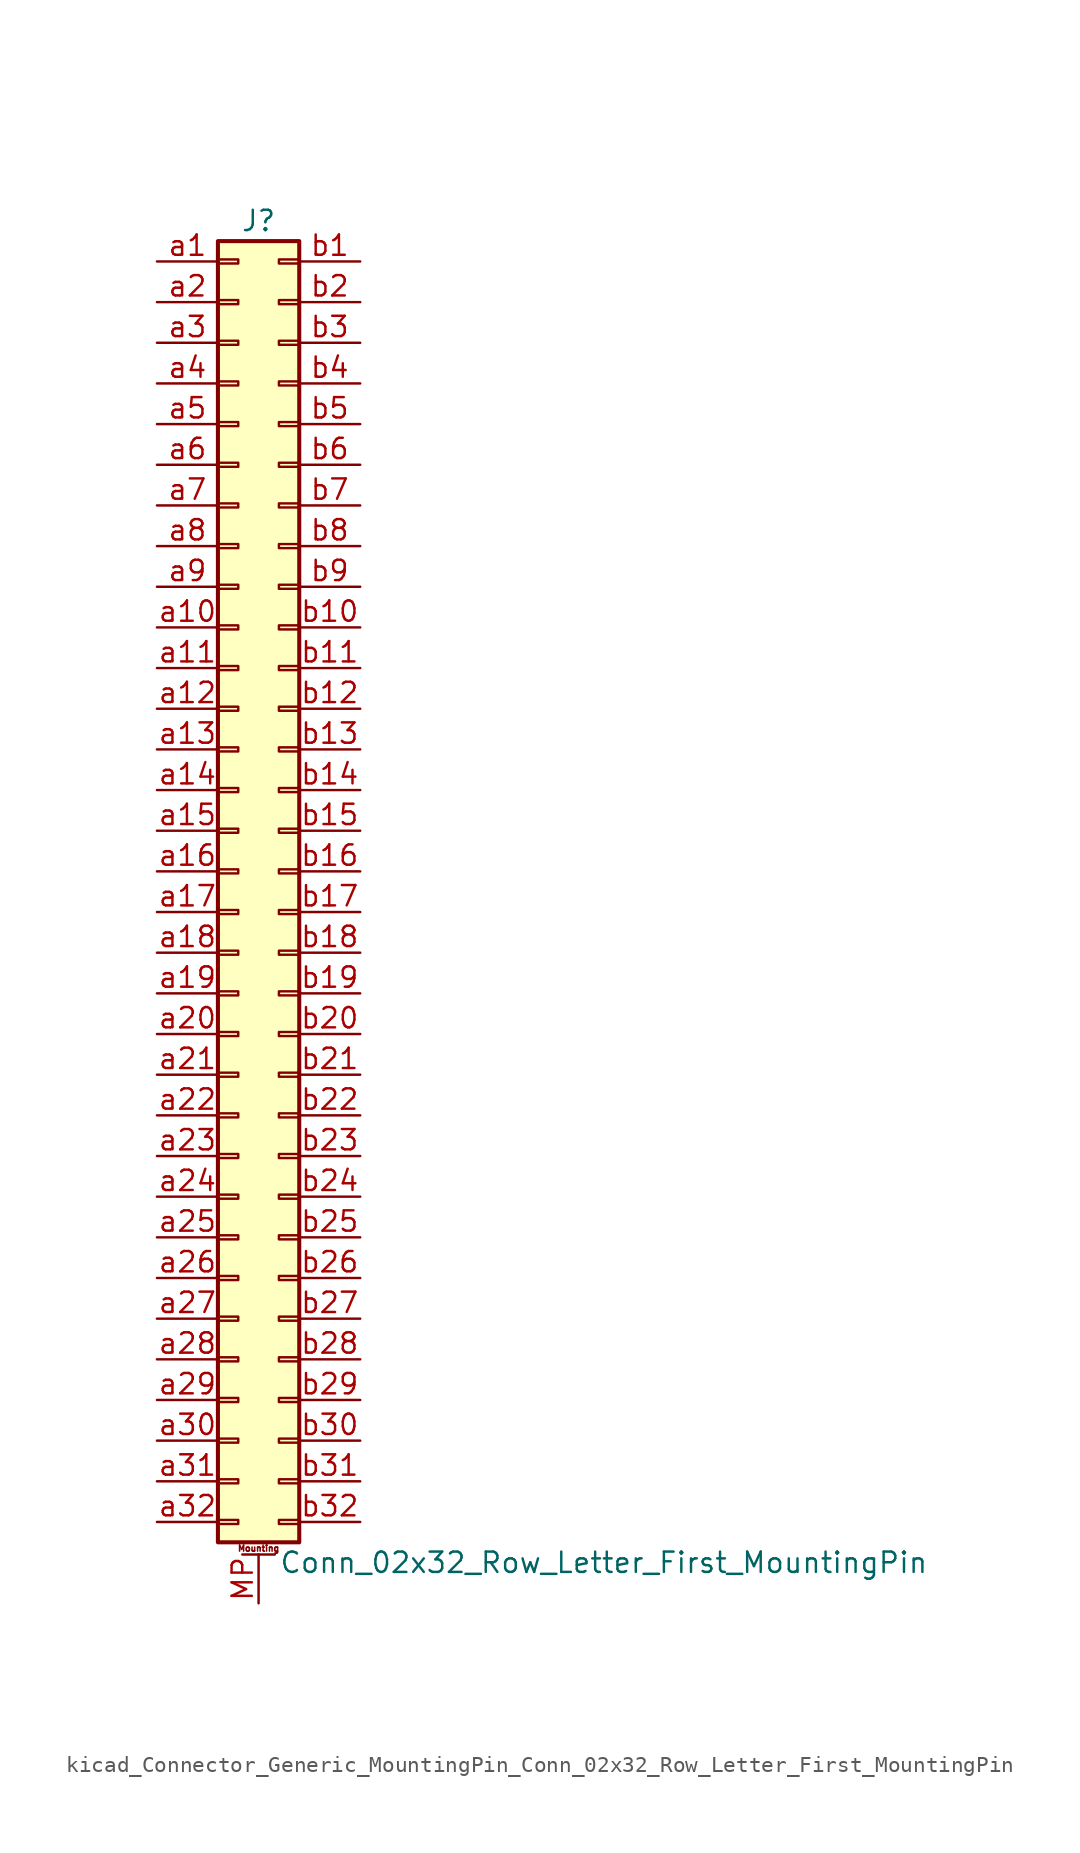
<source format=kicad_sym>
(kicad_symbol_lib
  (version 20220914)
  (generator kicad_symbol_editor)
  (symbol "kicad_Connector_Generic_MountingPin_Conn_02x32_Row_Letter_First_MountingPin"
    (pin_names
      (offset 1.016) hide)
    (property "Reference" "J"
      (at 1.27 40.64 0)
      (effects (font (size 1.27 1.27))))
    (property "Value" "Conn_02x32_Row_Letter_First_MountingPin"
      (at 2.54 -43.18 0)
      (effects (font (size 1.27 1.27)) (justify left)))
    (symbol "kicad_Connector_Generic_MountingPin_Conn_02x32_Row_Letter_First_MountingPin_1_1"
      (rectangle (start -1.27 -40.513) (end 0 -40.767) (stroke (width 0.152) (type default)) (fill (type none)))
      (rectangle (start -1.27 -37.973) (end 0 -38.227) (stroke (width 0.152) (type default)) (fill (type none)))
      (rectangle (start -1.27 -35.433) (end 0 -35.687) (stroke (width 0.152) (type default)) (fill (type none)))
      (rectangle (start -1.27 -32.893) (end 0 -33.147) (stroke (width 0.152) (type default)) (fill (type none)))
      (rectangle (start -1.27 -30.353) (end 0 -30.607) (stroke (width 0.152) (type default)) (fill (type none)))
      (rectangle (start -1.27 -27.813) (end 0 -28.067) (stroke (width 0.152) (type default)) (fill (type none)))
      (rectangle (start -1.27 -25.273) (end 0 -25.527) (stroke (width 0.152) (type default)) (fill (type none)))
      (rectangle (start -1.27 -22.733) (end 0 -22.987) (stroke (width 0.152) (type default)) (fill (type none)))
      (rectangle (start -1.27 -20.193) (end 0 -20.447) (stroke (width 0.152) (type default)) (fill (type none)))
      (rectangle (start -1.27 -17.653) (end 0 -17.907) (stroke (width 0.152) (type default)) (fill (type none)))
      (rectangle (start -1.27 -15.113) (end 0 -15.367) (stroke (width 0.152) (type default)) (fill (type none)))
      (rectangle (start -1.27 -12.573) (end 0 -12.827) (stroke (width 0.152) (type default)) (fill (type none)))
      (rectangle (start -1.27 -10.033) (end 0 -10.287) (stroke (width 0.152) (type default)) (fill (type none)))
      (rectangle (start -1.27 -7.493) (end 0 -7.747) (stroke (width 0.152) (type default)) (fill (type none)))
      (rectangle (start -1.27 -4.953) (end 0 -5.207) (stroke (width 0.152) (type default)) (fill (type none)))
      (rectangle (start -1.27 -2.413) (end 0 -2.667) (stroke (width 0.152) (type default)) (fill (type none)))
      (rectangle (start -1.27 0.127) (end 0 -0.127) (stroke (width 0.152) (type default)) (fill (type none)))
      (rectangle (start -1.27 2.667) (end 0 2.413) (stroke (width 0.152) (type default)) (fill (type none)))
      (rectangle (start -1.27 5.207) (end 0 4.953) (stroke (width 0.152) (type default)) (fill (type none)))
      (rectangle (start -1.27 7.747) (end 0 7.493) (stroke (width 0.152) (type default)) (fill (type none)))
      (rectangle (start -1.27 10.287) (end 0 10.033) (stroke (width 0.152) (type default)) (fill (type none)))
      (rectangle (start -1.27 12.827) (end 0 12.573) (stroke (width 0.152) (type default)) (fill (type none)))
      (rectangle (start -1.27 15.367) (end 0 15.113) (stroke (width 0.152) (type default)) (fill (type none)))
      (rectangle (start -1.27 17.907) (end 0 17.653) (stroke (width 0.152) (type default)) (fill (type none)))
      (rectangle (start -1.27 20.447) (end 0 20.193) (stroke (width 0.152) (type default)) (fill (type none)))
      (rectangle (start -1.27 22.987) (end 0 22.733) (stroke (width 0.152) (type default)) (fill (type none)))
      (rectangle (start -1.27 25.527) (end 0 25.273) (stroke (width 0.152) (type default)) (fill (type none)))
      (rectangle (start -1.27 28.067) (end 0 27.813) (stroke (width 0.152) (type default)) (fill (type none)))
      (rectangle (start -1.27 30.607) (end 0 30.353) (stroke (width 0.152) (type default)) (fill (type none)))
      (rectangle (start -1.27 33.147) (end 0 32.893) (stroke (width 0.152) (type default)) (fill (type none)))
      (rectangle (start -1.27 35.687) (end 0 35.433) (stroke (width 0.152) (type default)) (fill (type none)))
      (rectangle (start -1.27 38.227) (end 0 37.973) (stroke (width 0.152) (type default)) (fill (type none)))
      (rectangle (start -1.27 39.37) (end 3.81 -41.91) (stroke (width 0.254) (type default)) (fill (type background)))
      (polyline (pts (xy 0.254 -42.672) (xy 2.286 -42.672)) (stroke (width 0.152) (type default)) (fill (type none)))
      (rectangle (start 3.81 -40.513) (end 2.54 -40.767) (stroke (width 0.152) (type default)) (fill (type none)))
      (rectangle (start 3.81 -37.973) (end 2.54 -38.227) (stroke (width 0.152) (type default)) (fill (type none)))
      (rectangle (start 3.81 -35.433) (end 2.54 -35.687) (stroke (width 0.152) (type default)) (fill (type none)))
      (rectangle (start 3.81 -32.893) (end 2.54 -33.147) (stroke (width 0.152) (type default)) (fill (type none)))
      (rectangle (start 3.81 -30.353) (end 2.54 -30.607) (stroke (width 0.152) (type default)) (fill (type none)))
      (rectangle (start 3.81 -27.813) (end 2.54 -28.067) (stroke (width 0.152) (type default)) (fill (type none)))
      (rectangle (start 3.81 -25.273) (end 2.54 -25.527) (stroke (width 0.152) (type default)) (fill (type none)))
      (rectangle (start 3.81 -22.733) (end 2.54 -22.987) (stroke (width 0.152) (type default)) (fill (type none)))
      (rectangle (start 3.81 -20.193) (end 2.54 -20.447) (stroke (width 0.152) (type default)) (fill (type none)))
      (rectangle (start 3.81 -17.653) (end 2.54 -17.907) (stroke (width 0.152) (type default)) (fill (type none)))
      (rectangle (start 3.81 -15.113) (end 2.54 -15.367) (stroke (width 0.152) (type default)) (fill (type none)))
      (rectangle (start 3.81 -12.573) (end 2.54 -12.827) (stroke (width 0.152) (type default)) (fill (type none)))
      (rectangle (start 3.81 -10.033) (end 2.54 -10.287) (stroke (width 0.152) (type default)) (fill (type none)))
      (rectangle (start 3.81 -7.493) (end 2.54 -7.747) (stroke (width 0.152) (type default)) (fill (type none)))
      (rectangle (start 3.81 -4.953) (end 2.54 -5.207) (stroke (width 0.152) (type default)) (fill (type none)))
      (rectangle (start 3.81 -2.413) (end 2.54 -2.667) (stroke (width 0.152) (type default)) (fill (type none)))
      (rectangle (start 3.81 0.127) (end 2.54 -0.127) (stroke (width 0.152) (type default)) (fill (type none)))
      (rectangle (start 3.81 2.667) (end 2.54 2.413) (stroke (width 0.152) (type default)) (fill (type none)))
      (rectangle (start 3.81 5.207) (end 2.54 4.953) (stroke (width 0.152) (type default)) (fill (type none)))
      (rectangle (start 3.81 7.747) (end 2.54 7.493) (stroke (width 0.152) (type default)) (fill (type none)))
      (rectangle (start 3.81 10.287) (end 2.54 10.033) (stroke (width 0.152) (type default)) (fill (type none)))
      (rectangle (start 3.81 12.827) (end 2.54 12.573) (stroke (width 0.152) (type default)) (fill (type none)))
      (rectangle (start 3.81 15.367) (end 2.54 15.113) (stroke (width 0.152) (type default)) (fill (type none)))
      (rectangle (start 3.81 17.907) (end 2.54 17.653) (stroke (width 0.152) (type default)) (fill (type none)))
      (rectangle (start 3.81 20.447) (end 2.54 20.193) (stroke (width 0.152) (type default)) (fill (type none)))
      (rectangle (start 3.81 22.987) (end 2.54 22.733) (stroke (width 0.152) (type default)) (fill (type none)))
      (rectangle (start 3.81 25.527) (end 2.54 25.273) (stroke (width 0.152) (type default)) (fill (type none)))
      (rectangle (start 3.81 28.067) (end 2.54 27.813) (stroke (width 0.152) (type default)) (fill (type none)))
      (rectangle (start 3.81 30.607) (end 2.54 30.353) (stroke (width 0.152) (type default)) (fill (type none)))
      (rectangle (start 3.81 33.147) (end 2.54 32.893) (stroke (width 0.152) (type default)) (fill (type none)))
      (rectangle (start 3.81 35.687) (end 2.54 35.433) (stroke (width 0.152) (type default)) (fill (type none)))
      (rectangle (start 3.81 38.227) (end 2.54 37.973) (stroke (width 0.152) (type default)) (fill (type none)))
      (text "Mounting" (at 1.27 -42.291 0) (effects (font (size 0.381 0.381))))
      (pin passive line (at 1.27 -45.72 90) (length 3.048) (name "MountPin" (effects (font (size 1.27 1.27)))) (number "MP" (effects (font (size 1.27 1.27)))))
      (pin passive line (at -5.08 38.1 0) (length 3.81) (name "Pin_a1" (effects (font (size 1.27 1.27)))) (number "a1" (effects (font (size 1.27 1.27)))))
      (pin passive line (at -5.08 15.24 0) (length 3.81) (name "Pin_a10" (effects (font (size 1.27 1.27)))) (number "a10" (effects (font (size 1.27 1.27)))))
      (pin passive line (at -5.08 12.7 0) (length 3.81) (name "Pin_a11" (effects (font (size 1.27 1.27)))) (number "a11" (effects (font (size 1.27 1.27)))))
      (pin passive line (at -5.08 10.16 0) (length 3.81) (name "Pin_a12" (effects (font (size 1.27 1.27)))) (number "a12" (effects (font (size 1.27 1.27)))))
      (pin passive line (at -5.08 7.62 0) (length 3.81) (name "Pin_a13" (effects (font (size 1.27 1.27)))) (number "a13" (effects (font (size 1.27 1.27)))))
      (pin passive line (at -5.08 5.08 0) (length 3.81) (name "Pin_a14" (effects (font (size 1.27 1.27)))) (number "a14" (effects (font (size 1.27 1.27)))))
      (pin passive line (at -5.08 2.54 0) (length 3.81) (name "Pin_a15" (effects (font (size 1.27 1.27)))) (number "a15" (effects (font (size 1.27 1.27)))))
      (pin passive line (at -5.08 0 0) (length 3.81) (name "Pin_a16" (effects (font (size 1.27 1.27)))) (number "a16" (effects (font (size 1.27 1.27)))))
      (pin passive line (at -5.08 -2.54 0) (length 3.81) (name "Pin_a17" (effects (font (size 1.27 1.27)))) (number "a17" (effects (font (size 1.27 1.27)))))
      (pin passive line (at -5.08 -5.08 0) (length 3.81) (name "Pin_a18" (effects (font (size 1.27 1.27)))) (number "a18" (effects (font (size 1.27 1.27)))))
      (pin passive line (at -5.08 -7.62 0) (length 3.81) (name "Pin_a19" (effects (font (size 1.27 1.27)))) (number "a19" (effects (font (size 1.27 1.27)))))
      (pin passive line (at -5.08 35.56 0) (length 3.81) (name "Pin_a2" (effects (font (size 1.27 1.27)))) (number "a2" (effects (font (size 1.27 1.27)))))
      (pin passive line (at -5.08 -10.16 0) (length 3.81) (name "Pin_a20" (effects (font (size 1.27 1.27)))) (number "a20" (effects (font (size 1.27 1.27)))))
      (pin passive line (at -5.08 -12.7 0) (length 3.81) (name "Pin_a21" (effects (font (size 1.27 1.27)))) (number "a21" (effects (font (size 1.27 1.27)))))
      (pin passive line (at -5.08 -15.24 0) (length 3.81) (name "Pin_a22" (effects (font (size 1.27 1.27)))) (number "a22" (effects (font (size 1.27 1.27)))))
      (pin passive line (at -5.08 -17.78 0) (length 3.81) (name "Pin_a23" (effects (font (size 1.27 1.27)))) (number "a23" (effects (font (size 1.27 1.27)))))
      (pin passive line (at -5.08 -20.32 0) (length 3.81) (name "Pin_a24" (effects (font (size 1.27 1.27)))) (number "a24" (effects (font (size 1.27 1.27)))))
      (pin passive line (at -5.08 -22.86 0) (length 3.81) (name "Pin_a25" (effects (font (size 1.27 1.27)))) (number "a25" (effects (font (size 1.27 1.27)))))
      (pin passive line (at -5.08 -25.4 0) (length 3.81) (name "Pin_a26" (effects (font (size 1.27 1.27)))) (number "a26" (effects (font (size 1.27 1.27)))))
      (pin passive line (at -5.08 -27.94 0) (length 3.81) (name "Pin_a27" (effects (font (size 1.27 1.27)))) (number "a27" (effects (font (size 1.27 1.27)))))
      (pin passive line (at -5.08 -30.48 0) (length 3.81) (name "Pin_a28" (effects (font (size 1.27 1.27)))) (number "a28" (effects (font (size 1.27 1.27)))))
      (pin passive line (at -5.08 -33.02 0) (length 3.81) (name "Pin_a29" (effects (font (size 1.27 1.27)))) (number "a29" (effects (font (size 1.27 1.27)))))
      (pin passive line (at -5.08 33.02 0) (length 3.81) (name "Pin_a3" (effects (font (size 1.27 1.27)))) (number "a3" (effects (font (size 1.27 1.27)))))
      (pin passive line (at -5.08 -35.56 0) (length 3.81) (name "Pin_a30" (effects (font (size 1.27 1.27)))) (number "a30" (effects (font (size 1.27 1.27)))))
      (pin passive line (at -5.08 -38.1 0) (length 3.81) (name "Pin_a31" (effects (font (size 1.27 1.27)))) (number "a31" (effects (font (size 1.27 1.27)))))
      (pin passive line (at -5.08 -40.64 0) (length 3.81) (name "Pin_a32" (effects (font (size 1.27 1.27)))) (number "a32" (effects (font (size 1.27 1.27)))))
      (pin passive line (at -5.08 30.48 0) (length 3.81) (name "Pin_a4" (effects (font (size 1.27 1.27)))) (number "a4" (effects (font (size 1.27 1.27)))))
      (pin passive line (at -5.08 27.94 0) (length 3.81) (name "Pin_a5" (effects (font (size 1.27 1.27)))) (number "a5" (effects (font (size 1.27 1.27)))))
      (pin passive line (at -5.08 25.4 0) (length 3.81) (name "Pin_a6" (effects (font (size 1.27 1.27)))) (number "a6" (effects (font (size 1.27 1.27)))))
      (pin passive line (at -5.08 22.86 0) (length 3.81) (name "Pin_a7" (effects (font (size 1.27 1.27)))) (number "a7" (effects (font (size 1.27 1.27)))))
      (pin passive line (at -5.08 20.32 0) (length 3.81) (name "Pin_a8" (effects (font (size 1.27 1.27)))) (number "a8" (effects (font (size 1.27 1.27)))))
      (pin passive line (at -5.08 17.78 0) (length 3.81) (name "Pin_a9" (effects (font (size 1.27 1.27)))) (number "a9" (effects (font (size 1.27 1.27)))))
      (pin passive line (at 7.62 38.1 180) (length 3.81) (name "Pin_b1" (effects (font (size 1.27 1.27)))) (number "b1" (effects (font (size 1.27 1.27)))))
      (pin passive line (at 7.62 15.24 180) (length 3.81) (name "Pin_b10" (effects (font (size 1.27 1.27)))) (number "b10" (effects (font (size 1.27 1.27)))))
      (pin passive line (at 7.62 12.7 180) (length 3.81) (name "Pin_b11" (effects (font (size 1.27 1.27)))) (number "b11" (effects (font (size 1.27 1.27)))))
      (pin passive line (at 7.62 10.16 180) (length 3.81) (name "Pin_b12" (effects (font (size 1.27 1.27)))) (number "b12" (effects (font (size 1.27 1.27)))))
      (pin passive line (at 7.62 7.62 180) (length 3.81) (name "Pin_b13" (effects (font (size 1.27 1.27)))) (number "b13" (effects (font (size 1.27 1.27)))))
      (pin passive line (at 7.62 5.08 180) (length 3.81) (name "Pin_b14" (effects (font (size 1.27 1.27)))) (number "b14" (effects (font (size 1.27 1.27)))))
      (pin passive line (at 7.62 2.54 180) (length 3.81) (name "Pin_b15" (effects (font (size 1.27 1.27)))) (number "b15" (effects (font (size 1.27 1.27)))))
      (pin passive line (at 7.62 0 180) (length 3.81) (name "Pin_b16" (effects (font (size 1.27 1.27)))) (number "b16" (effects (font (size 1.27 1.27)))))
      (pin passive line (at 7.62 -2.54 180) (length 3.81) (name "Pin_b17" (effects (font (size 1.27 1.27)))) (number "b17" (effects (font (size 1.27 1.27)))))
      (pin passive line (at 7.62 -5.08 180) (length 3.81) (name "Pin_b18" (effects (font (size 1.27 1.27)))) (number "b18" (effects (font (size 1.27 1.27)))))
      (pin passive line (at 7.62 -7.62 180) (length 3.81) (name "Pin_b19" (effects (font (size 1.27 1.27)))) (number "b19" (effects (font (size 1.27 1.27)))))
      (pin passive line (at 7.62 35.56 180) (length 3.81) (name "Pin_b2" (effects (font (size 1.27 1.27)))) (number "b2" (effects (font (size 1.27 1.27)))))
      (pin passive line (at 7.62 -10.16 180) (length 3.81) (name "Pin_b20" (effects (font (size 1.27 1.27)))) (number "b20" (effects (font (size 1.27 1.27)))))
      (pin passive line (at 7.62 -12.7 180) (length 3.81) (name "Pin_b21" (effects (font (size 1.27 1.27)))) (number "b21" (effects (font (size 1.27 1.27)))))
      (pin passive line (at 7.62 -15.24 180) (length 3.81) (name "Pin_b22" (effects (font (size 1.27 1.27)))) (number "b22" (effects (font (size 1.27 1.27)))))
      (pin passive line (at 7.62 -17.78 180) (length 3.81) (name "Pin_b23" (effects (font (size 1.27 1.27)))) (number "b23" (effects (font (size 1.27 1.27)))))
      (pin passive line (at 7.62 -20.32 180) (length 3.81) (name "Pin_b24" (effects (font (size 1.27 1.27)))) (number "b24" (effects (font (size 1.27 1.27)))))
      (pin passive line (at 7.62 -22.86 180) (length 3.81) (name "Pin_b25" (effects (font (size 1.27 1.27)))) (number "b25" (effects (font (size 1.27 1.27)))))
      (pin passive line (at 7.62 -25.4 180) (length 3.81) (name "Pin_b26" (effects (font (size 1.27 1.27)))) (number "b26" (effects (font (size 1.27 1.27)))))
      (pin passive line (at 7.62 -27.94 180) (length 3.81) (name "Pin_b27" (effects (font (size 1.27 1.27)))) (number "b27" (effects (font (size 1.27 1.27)))))
      (pin passive line (at 7.62 -30.48 180) (length 3.81) (name "Pin_b28" (effects (font (size 1.27 1.27)))) (number "b28" (effects (font (size 1.27 1.27)))))
      (pin passive line (at 7.62 -33.02 180) (length 3.81) (name "Pin_b29" (effects (font (size 1.27 1.27)))) (number "b29" (effects (font (size 1.27 1.27)))))
      (pin passive line (at 7.62 33.02 180) (length 3.81) (name "Pin_b3" (effects (font (size 1.27 1.27)))) (number "b3" (effects (font (size 1.27 1.27)))))
      (pin passive line (at 7.62 -35.56 180) (length 3.81) (name "Pin_b30" (effects (font (size 1.27 1.27)))) (number "b30" (effects (font (size 1.27 1.27)))))
      (pin passive line (at 7.62 -38.1 180) (length 3.81) (name "Pin_b31" (effects (font (size 1.27 1.27)))) (number "b31" (effects (font (size 1.27 1.27)))))
      (pin passive line (at 7.62 -40.64 180) (length 3.81) (name "Pin_b32" (effects (font (size 1.27 1.27)))) (number "b32" (effects (font (size 1.27 1.27)))))
      (pin passive line (at 7.62 30.48 180) (length 3.81) (name "Pin_b4" (effects (font (size 1.27 1.27)))) (number "b4" (effects (font (size 1.27 1.27)))))
      (pin passive line (at 7.62 27.94 180) (length 3.81) (name "Pin_b5" (effects (font (size 1.27 1.27)))) (number "b5" (effects (font (size 1.27 1.27)))))
      (pin passive line (at 7.62 25.4 180) (length 3.81) (name "Pin_b6" (effects (font (size 1.27 1.27)))) (number "b6" (effects (font (size 1.27 1.27)))))
      (pin passive line (at 7.62 22.86 180) (length 3.81) (name "Pin_b7" (effects (font (size 1.27 1.27)))) (number "b7" (effects (font (size 1.27 1.27)))))
      (pin passive line (at 7.62 20.32 180) (length 3.81) (name "Pin_b8" (effects (font (size 1.27 1.27)))) (number "b8" (effects (font (size 1.27 1.27)))))
      (pin passive line (at 7.62 17.78 180) (length 3.81) (name "Pin_b9" (effects (font (size 1.27 1.27)))) (number "b9" (effects (font (size 1.27 1.27))))))))
</source>
